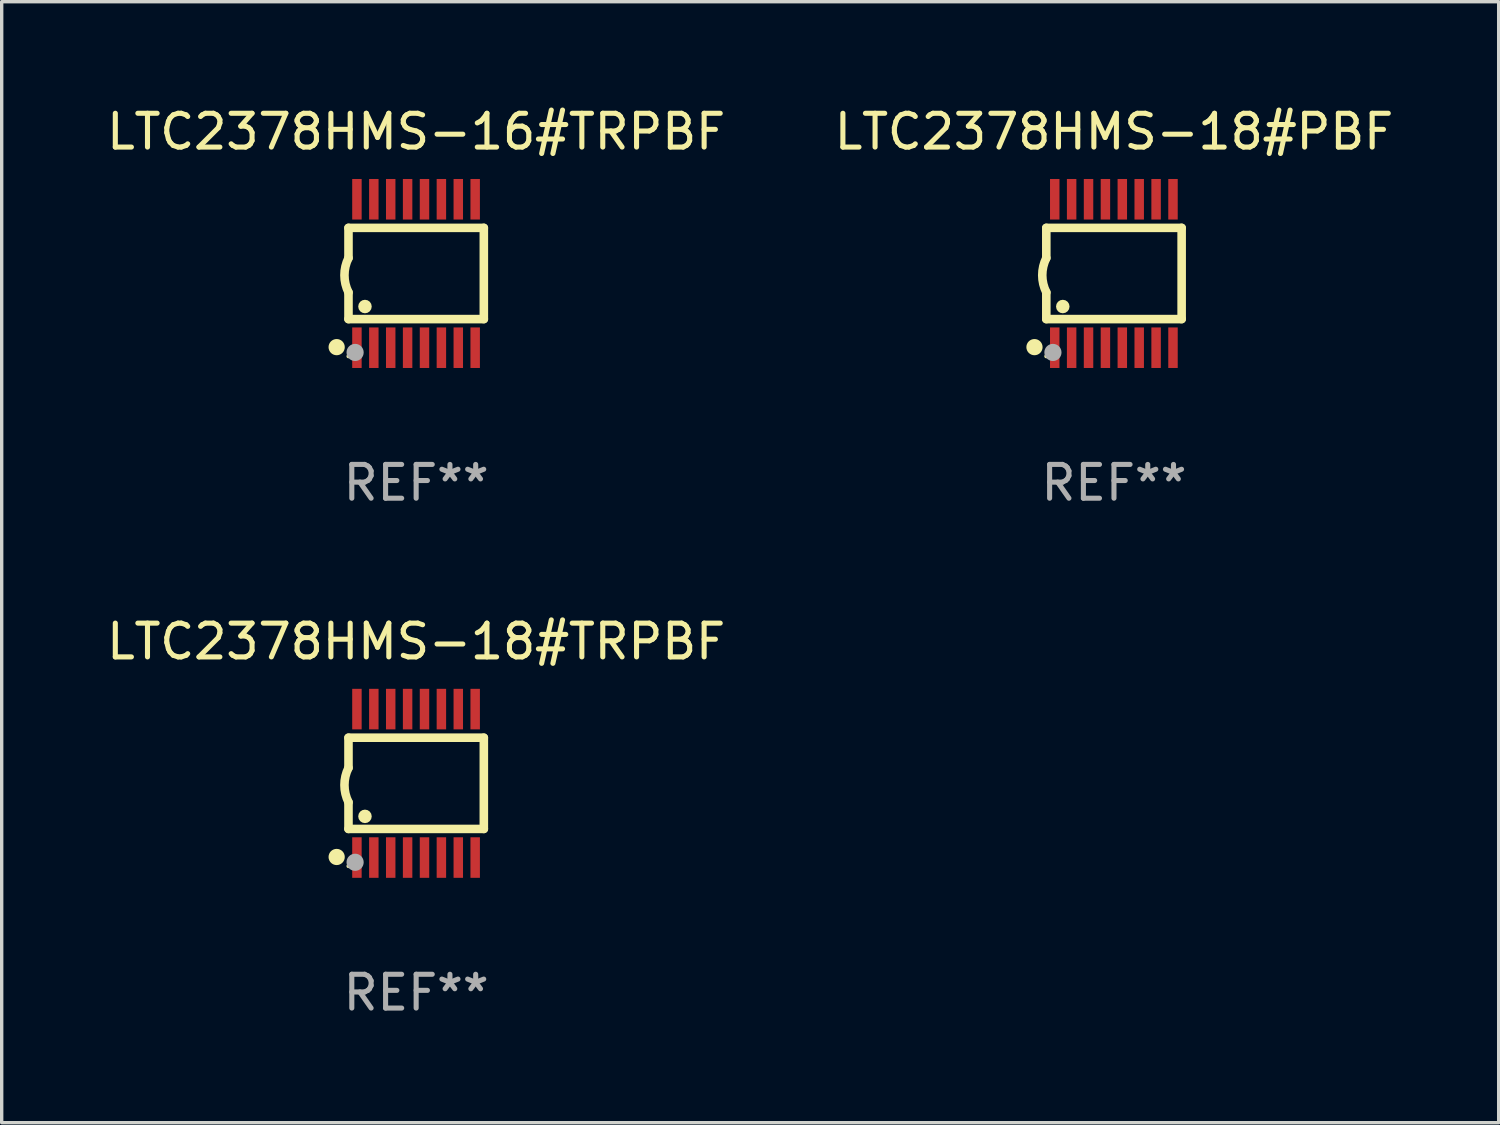
<source format=kicad_pcb>
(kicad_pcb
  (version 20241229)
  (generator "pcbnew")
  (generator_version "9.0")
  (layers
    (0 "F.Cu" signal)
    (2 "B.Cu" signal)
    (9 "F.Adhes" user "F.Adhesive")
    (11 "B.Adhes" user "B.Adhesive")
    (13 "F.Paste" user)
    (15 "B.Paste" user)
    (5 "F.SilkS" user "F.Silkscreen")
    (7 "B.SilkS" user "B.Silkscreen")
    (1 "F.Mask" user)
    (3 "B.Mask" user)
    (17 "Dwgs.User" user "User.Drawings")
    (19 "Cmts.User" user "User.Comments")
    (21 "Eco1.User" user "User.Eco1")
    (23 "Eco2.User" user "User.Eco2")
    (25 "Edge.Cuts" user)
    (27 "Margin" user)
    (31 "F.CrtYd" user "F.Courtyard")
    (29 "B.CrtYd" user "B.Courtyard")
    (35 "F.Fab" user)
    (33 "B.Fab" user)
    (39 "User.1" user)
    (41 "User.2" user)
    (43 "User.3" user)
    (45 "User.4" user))
  (footprint "LTC2378HMS-18#PBF"
    (layer "F.Cu")
    (at 29.923 5.045)
    (property "Reference" "LTC2378HMS-18#PBF" (at 0 -4.197 0) (layer "F.SilkS") (effects (font (size 1 1) (thickness 0.15))))
    (attr through_hole)
    (fp_line (start -2.003 -1.35) (end -2.003 -0.457) (stroke (width 0.254) (type solid)) (layer "F.SilkS"))
    (fp_line (start -2.003 -1.35) (end 2.003 -1.35) (stroke (width 0.254) (type solid)) (layer "F.SilkS"))
    (fp_line (start -2.003 1.35) (end -2.003 0.559) (stroke (width 0.254) (type solid)) (layer "F.SilkS"))
    (fp_line (start -2.003 1.35) (end 2.003 1.35) (stroke (width 0.254) (type solid)) (layer "F.SilkS"))
    (fp_line (start 2.003 -1.35) (end 2.003 1.35) (stroke (width 0.254) (type solid)) (layer "F.SilkS"))
    (fp_arc (start -2.002286 0.558802) (mid -2.122556 0.05092) (end -2.003302 -0.457201) (stroke (width 0.254001) (type solid)) (layer "F.SilkS"))
    (fp_circle (center -2.353 2.18) (end -2.233 2.18) (stroke (width 0.24) (type solid)) (fill no) (layer "F.SilkS"))
    (fp_circle (center -2.003 2.45) (end -1.973 2.45) (stroke (width 0.06) (type solid)) (fill no) (layer "F.SilkS"))
    (fp_circle (center -1.515 0.978) (end -1.415 0.978) (stroke (width 0.2) (type solid)) (fill no) (layer "F.SilkS"))
    (fp_circle (center -1.807 2.337) (end -1.68 2.337) (stroke (width 0.254) (type solid)) (fill no) (layer "F.Fab"))
    (fp_text user "REF**" (at 0 6.197 0) (layer "F.Fab") (effects (font (size 1 1) (thickness 0.15))))
    (pad "1" smd rect (at -1.753 2.197 90) (size 1.2 0.28) (layers "F.Cu" "F.Mask" "F.Paste"))
    (pad "2" smd rect (at -1.253 2.197 90) (size 1.2 0.28) (layers "F.Cu" "F.Mask" "F.Paste"))
    (pad "3" smd rect (at -0.753 2.197 90) (size 1.2 0.28) (layers "F.Cu" "F.Mask" "F.Paste"))
    (pad "4" smd rect (at -0.253 2.197 90) (size 1.2 0.28) (layers "F.Cu" "F.Mask" "F.Paste"))
    (pad "5" smd rect (at 0.247 2.197 90) (size 1.2 0.28) (layers "F.Cu" "F.Mask" "F.Paste"))
    (pad "6" smd rect (at 0.747 2.197 90) (size 1.2 0.28) (layers "F.Cu" "F.Mask" "F.Paste"))
    (pad "7" smd rect (at 1.247 2.197 90) (size 1.2 0.28) (layers "F.Cu" "F.Mask" "F.Paste"))
    (pad "8" smd rect (at 1.747 2.197 90) (size 1.2 0.28) (layers "F.Cu" "F.Mask" "F.Paste"))
    (pad "9" smd rect (at 1.747 -2.197 90) (size 1.2 0.28) (layers "F.Cu" "F.Mask" "F.Paste"))
    (pad "10" smd rect (at 1.247 -2.197 90) (size 1.2 0.28) (layers "F.Cu" "F.Mask" "F.Paste"))
    (pad "11" smd rect (at 0.747 -2.197 90) (size 1.2 0.28) (layers "F.Cu" "F.Mask" "F.Paste"))
    (pad "12" smd rect (at 0.247 -2.197 90) (size 1.2 0.28) (layers "F.Cu" "F.Mask" "F.Paste"))
    (pad "13" smd rect (at -0.253 -2.197 90) (size 1.2 0.28) (layers "F.Cu" "F.Mask" "F.Paste"))
    (pad "14" smd rect (at -0.753 -2.197 90) (size 1.2 0.28) (layers "F.Cu" "F.Mask" "F.Paste"))
    (pad "15" smd rect (at -1.253 -2.197 90) (size 1.2 0.28) (layers "F.Cu" "F.Mask" "F.Paste"))
    (pad "16" smd rect (at -1.753 -2.197 90) (size 1.2 0.28) (layers "F.Cu" "F.Mask" "F.Paste")))
  (footprint "LTC2378HMS-18#TRPBF"
    (layer "F.Cu")
    (at 9.268 20.136)
    (property "Reference" "LTC2378HMS-18#TRPBF" (at 0 -4.197 0) (layer "F.SilkS") (effects (font (size 1 1) (thickness 0.15))))
    (attr through_hole)
    (fp_line (start -2.003 -1.35) (end -2.003 -0.457) (stroke (width 0.254) (type solid)) (layer "F.SilkS"))
    (fp_line (start -2.003 -1.35) (end 2.003 -1.35) (stroke (width 0.254) (type solid)) (layer "F.SilkS"))
    (fp_line (start -2.003 1.35) (end -2.003 0.559) (stroke (width 0.254) (type solid)) (layer "F.SilkS"))
    (fp_line (start -2.003 1.35) (end 2.003 1.35) (stroke (width 0.254) (type solid)) (layer "F.SilkS"))
    (fp_line (start 2.003 -1.35) (end 2.003 1.35) (stroke (width 0.254) (type solid)) (layer "F.SilkS"))
    (fp_arc (start -2.002286 0.558802) (mid -2.122556 0.05092) (end -2.003302 -0.457201) (stroke (width 0.254001) (type solid)) (layer "F.SilkS"))
    (fp_circle (center -2.353 2.18) (end -2.233 2.18) (stroke (width 0.24) (type solid)) (fill no) (layer "F.SilkS"))
    (fp_circle (center -2.003 2.45) (end -1.973 2.45) (stroke (width 0.06) (type solid)) (fill no) (layer "F.SilkS"))
    (fp_circle (center -1.515 0.978) (end -1.415 0.978) (stroke (width 0.2) (type solid)) (fill no) (layer "F.SilkS"))
    (fp_circle (center -1.807 2.337) (end -1.68 2.337) (stroke (width 0.254) (type solid)) (fill no) (layer "F.Fab"))
    (fp_text user "REF**" (at 0 6.197 0) (layer "F.Fab") (effects (font (size 1 1) (thickness 0.15))))
    (pad "1" smd rect (at -1.753 2.197 90) (size 1.2 0.28) (layers "F.Cu" "F.Mask" "F.Paste"))
    (pad "2" smd rect (at -1.253 2.197 90) (size 1.2 0.28) (layers "F.Cu" "F.Mask" "F.Paste"))
    (pad "3" smd rect (at -0.753 2.197 90) (size 1.2 0.28) (layers "F.Cu" "F.Mask" "F.Paste"))
    (pad "4" smd rect (at -0.253 2.197 90) (size 1.2 0.28) (layers "F.Cu" "F.Mask" "F.Paste"))
    (pad "5" smd rect (at 0.247 2.197 90) (size 1.2 0.28) (layers "F.Cu" "F.Mask" "F.Paste"))
    (pad "6" smd rect (at 0.747 2.197 90) (size 1.2 0.28) (layers "F.Cu" "F.Mask" "F.Paste"))
    (pad "7" smd rect (at 1.247 2.197 90) (size 1.2 0.28) (layers "F.Cu" "F.Mask" "F.Paste"))
    (pad "8" smd rect (at 1.747 2.197 90) (size 1.2 0.28) (layers "F.Cu" "F.Mask" "F.Paste"))
    (pad "9" smd rect (at 1.747 -2.197 90) (size 1.2 0.28) (layers "F.Cu" "F.Mask" "F.Paste"))
    (pad "10" smd rect (at 1.247 -2.197 90) (size 1.2 0.28) (layers "F.Cu" "F.Mask" "F.Paste"))
    (pad "11" smd rect (at 0.747 -2.197 90) (size 1.2 0.28) (layers "F.Cu" "F.Mask" "F.Paste"))
    (pad "12" smd rect (at 0.247 -2.197 90) (size 1.2 0.28) (layers "F.Cu" "F.Mask" "F.Paste"))
    (pad "13" smd rect (at -0.253 -2.197 90) (size 1.2 0.28) (layers "F.Cu" "F.Mask" "F.Paste"))
    (pad "14" smd rect (at -0.753 -2.197 90) (size 1.2 0.28) (layers "F.Cu" "F.Mask" "F.Paste"))
    (pad "15" smd rect (at -1.253 -2.197 90) (size 1.2 0.28) (layers "F.Cu" "F.Mask" "F.Paste"))
    (pad "16" smd rect (at -1.753 -2.197 90) (size 1.2 0.28) (layers "F.Cu" "F.Mask" "F.Paste")))
  (footprint "LTC2378HMS-16#TRPBF"
    (layer "F.Cu")
    (at 9.268 5.045)
    (property "Reference" "LTC2378HMS-16#TRPBF" (at 0 -4.197 0) (layer "F.SilkS") (effects (font (size 1 1) (thickness 0.15))))
    (attr through_hole)
    (fp_line (start -2.003 -1.35) (end -2.003 -0.457) (stroke (width 0.254) (type solid)) (layer "F.SilkS"))
    (fp_line (start -2.003 -1.35) (end 2.003 -1.35) (stroke (width 0.254) (type solid)) (layer "F.SilkS"))
    (fp_line (start -2.003 1.35) (end -2.003 0.559) (stroke (width 0.254) (type solid)) (layer "F.SilkS"))
    (fp_line (start -2.003 1.35) (end 2.003 1.35) (stroke (width 0.254) (type solid)) (layer "F.SilkS"))
    (fp_line (start 2.003 -1.35) (end 2.003 1.35) (stroke (width 0.254) (type solid)) (layer "F.SilkS"))
    (fp_arc (start -2.002286 0.558802) (mid -2.122556 0.05092) (end -2.003302 -0.457201) (stroke (width 0.254001) (type solid)) (layer "F.SilkS"))
    (fp_circle (center -2.353 2.18) (end -2.233 2.18) (stroke (width 0.24) (type solid)) (fill no) (layer "F.SilkS"))
    (fp_circle (center -2.003 2.45) (end -1.973 2.45) (stroke (width 0.06) (type solid)) (fill no) (layer "F.SilkS"))
    (fp_circle (center -1.515 0.978) (end -1.415 0.978) (stroke (width 0.2) (type solid)) (fill no) (layer "F.SilkS"))
    (fp_circle (center -1.807 2.337) (end -1.68 2.337) (stroke (width 0.254) (type solid)) (fill no) (layer "F.Fab"))
    (fp_text user "REF**" (at 0 6.197 0) (layer "F.Fab") (effects (font (size 1 1) (thickness 0.15))))
    (pad "1" smd rect (at -1.753 2.197 90) (size 1.2 0.28) (layers "F.Cu" "F.Mask" "F.Paste"))
    (pad "2" smd rect (at -1.253 2.197 90) (size 1.2 0.28) (layers "F.Cu" "F.Mask" "F.Paste"))
    (pad "3" smd rect (at -0.753 2.197 90) (size 1.2 0.28) (layers "F.Cu" "F.Mask" "F.Paste"))
    (pad "4" smd rect (at -0.253 2.197 90) (size 1.2 0.28) (layers "F.Cu" "F.Mask" "F.Paste"))
    (pad "5" smd rect (at 0.247 2.197 90) (size 1.2 0.28) (layers "F.Cu" "F.Mask" "F.Paste"))
    (pad "6" smd rect (at 0.747 2.197 90) (size 1.2 0.28) (layers "F.Cu" "F.Mask" "F.Paste"))
    (pad "7" smd rect (at 1.247 2.197 90) (size 1.2 0.28) (layers "F.Cu" "F.Mask" "F.Paste"))
    (pad "8" smd rect (at 1.747 2.197 90) (size 1.2 0.28) (layers "F.Cu" "F.Mask" "F.Paste"))
    (pad "9" smd rect (at 1.747 -2.197 90) (size 1.2 0.28) (layers "F.Cu" "F.Mask" "F.Paste"))
    (pad "10" smd rect (at 1.247 -2.197 90) (size 1.2 0.28) (layers "F.Cu" "F.Mask" "F.Paste"))
    (pad "11" smd rect (at 0.747 -2.197 90) (size 1.2 0.28) (layers "F.Cu" "F.Mask" "F.Paste"))
    (pad "12" smd rect (at 0.247 -2.197 90) (size 1.2 0.28) (layers "F.Cu" "F.Mask" "F.Paste"))
    (pad "13" smd rect (at -0.253 -2.197 90) (size 1.2 0.28) (layers "F.Cu" "F.Mask" "F.Paste"))
    (pad "14" smd rect (at -0.753 -2.197 90) (size 1.2 0.28) (layers "F.Cu" "F.Mask" "F.Paste"))
    (pad "15" smd rect (at -1.253 -2.197 90) (size 1.2 0.28) (layers "F.Cu" "F.Mask" "F.Paste"))
    (pad "16" smd rect (at -1.753 -2.197 90) (size 1.2 0.28) (layers "F.Cu" "F.Mask" "F.Paste")))
  (gr_rect
    (start -3 -3)
    (end 41.31 30.181)
    (stroke (width 0.1) (type default))
    (fill no)
    (layer "Edge.Cuts")))
</source>
